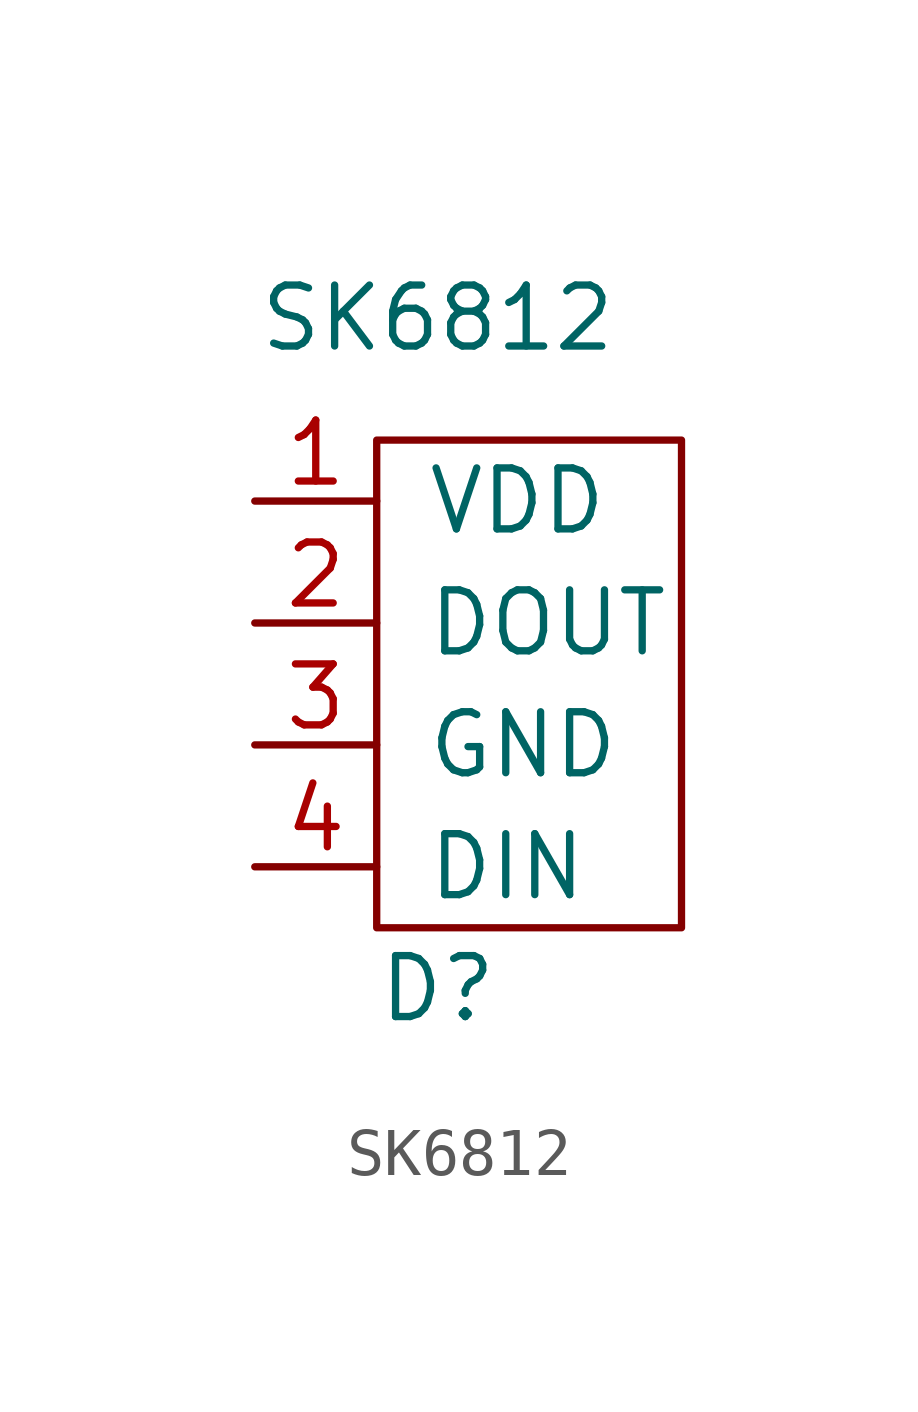
<source format=kicad_sym>
(kicad_symbol_lib
  (version 20241209)
  (generator "kicad_symbol_editor")
  (generator_version "9.0")
  (symbol "SK6812"
    (pin_names
      (offset 1.016))
    (property "Reference" "D"
      (at 0 -6.35 0)
      (effects (font (size 1.27 1.27))))
    (property "Value" "SK6812"
      (at 0 7.62 0)
      (effects (font (size 1.27 1.27))))
    (symbol "SK6812_0_1"
      (rectangle (start -1.27 5.08) (end 5.08 -5.08) (stroke (width 0) (type default)) (fill (type none))))
    (symbol "SK6812_1_1"
      (pin input line (at -3.81 3.81 0) (length 2.54) (name "VDD" (effects (font (size 1.27 1.27)))) (number "1" (effects (font (size 1.27 1.27)))))
      (pin input line (at -3.81 1.27 0) (length 2.54) (name "DOUT" (effects (font (size 1.27 1.27)))) (number "2" (effects (font (size 1.27 1.27)))))
      (pin input line (at -3.81 -1.27 0) (length 2.54) (name "GND" (effects (font (size 1.27 1.27)))) (number "3" (effects (font (size 1.27 1.27)))))
      (pin input line (at -3.81 -3.81 0) (length 2.54) (name "DIN" (effects (font (size 1.27 1.27)))) (number "4" (effects (font (size 1.27 1.27))))))))
</source>
